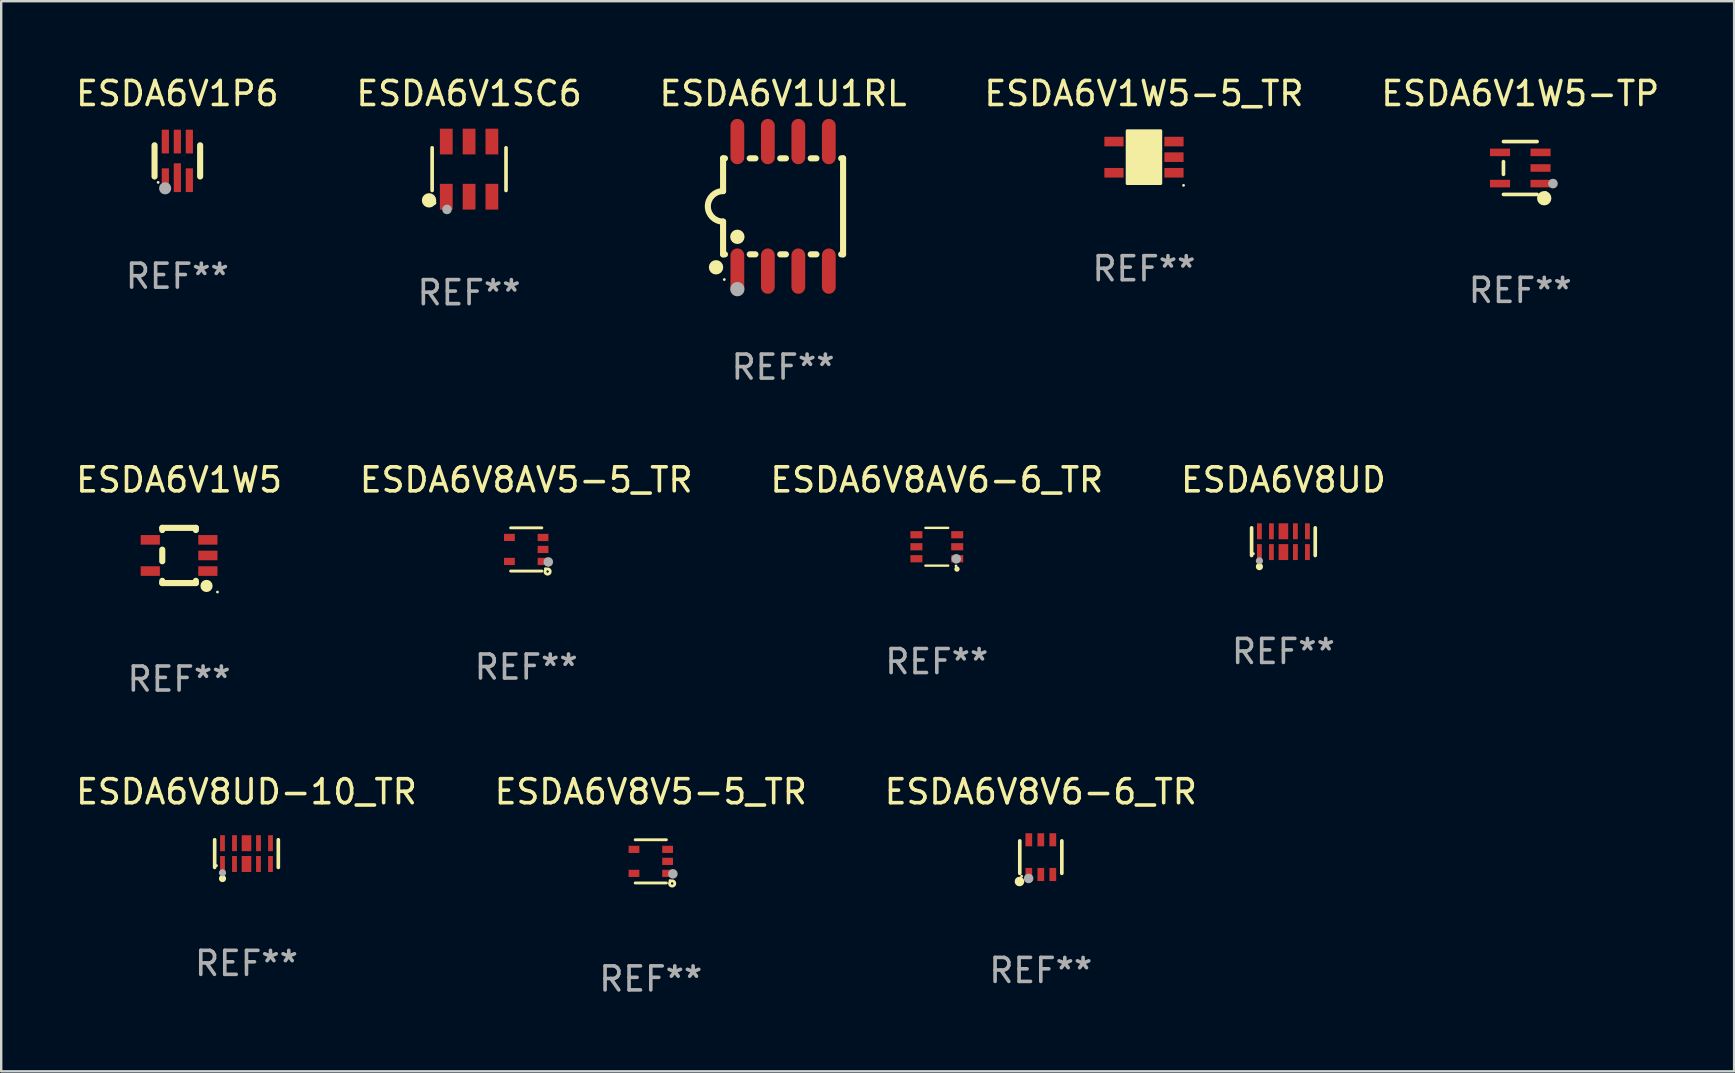
<source format=kicad_pcb>
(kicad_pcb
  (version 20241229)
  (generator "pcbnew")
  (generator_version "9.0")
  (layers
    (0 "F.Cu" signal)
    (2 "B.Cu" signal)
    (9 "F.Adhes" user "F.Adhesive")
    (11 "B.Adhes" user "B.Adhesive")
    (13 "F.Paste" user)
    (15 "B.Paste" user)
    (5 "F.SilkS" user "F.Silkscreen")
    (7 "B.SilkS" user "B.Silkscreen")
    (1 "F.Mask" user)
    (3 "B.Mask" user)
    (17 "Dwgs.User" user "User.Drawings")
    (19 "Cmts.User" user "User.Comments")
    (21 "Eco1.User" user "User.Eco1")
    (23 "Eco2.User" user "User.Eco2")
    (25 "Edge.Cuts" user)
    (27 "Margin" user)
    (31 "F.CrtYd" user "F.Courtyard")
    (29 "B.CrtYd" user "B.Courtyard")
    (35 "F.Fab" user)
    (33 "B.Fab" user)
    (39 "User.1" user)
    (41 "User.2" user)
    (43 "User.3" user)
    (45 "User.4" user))
  (footprint "ESDA6V8AV6-6_TR"
    (layer "F.Cu")
    (at 35.982 19.73)
    (property "Reference" "ESDA6V8AV6-6_TR" (at 0 -2.787 0) (layer "F.SilkS") (effects (font (size 1 1) (thickness 0.15))))
    (attr through_hole)
    (fp_line (start -0.475 -0.787) (end 0.475 -0.787) (stroke (width 0.1) (type solid)) (layer "F.SilkS"))
    (fp_line (start -0.475 0.787) (end 0.475 0.787) (stroke (width 0.1) (type solid)) (layer "F.SilkS"))
    (fp_circle (center 0.799 0.8) (end 0.829 0.8) (stroke (width 0.06) (type solid)) (fill no) (layer "F.SilkS"))
    (fp_circle (center 0.84 0.93) (end 0.9 0.93) (stroke (width 0.102) (type solid)) (fill no) (layer "F.SilkS"))
    (fp_circle (center 0.81 0.503) (end 0.91 0.503) (stroke (width 0.2) (type solid)) (fill no) (layer "F.Fab"))
    (fp_text user "REF**" (at 0 4.787 0) (layer "F.Fab") (effects (font (size 1 1) (thickness 0.15))))
    (pad "1" smd rect (at 0.85 0.5 90) (size 0.3 0.5) (layers "F.Cu" "F.Mask" "F.Paste"))
    (pad "2" smd rect (at 0.85 0.000051 90) (size 0.3 0.5) (layers "F.Cu" "F.Mask" "F.Paste"))
    (pad "3" smd rect (at 0.85 -0.5 90) (size 0.3 0.5) (layers "F.Cu" "F.Mask" "F.Paste"))
    (pad "4" smd rect (at -0.85 -0.5 90) (size 0.3 0.5) (layers "F.Cu" "F.Mask" "F.Paste"))
    (pad "5" smd rect (at -0.85 0.000051 90) (size 0.3 0.5) (layers "F.Cu" "F.Mask" "F.Paste"))
    (pad "6" smd rect (at -0.85 0.5 90) (size 0.3 0.5) (layers "F.Cu" "F.Mask" "F.Paste")))
  (footprint "ESDA6V1W5-5_TR"
    (layer "F.Cu")
    (at 44.613 3.498)
    (property "Reference" "ESDA6V1W5-5_TR" (at 0 -2.65 0) (layer "F.SilkS") (effects (font (size 1 1) (thickness 0.15))))
    (attr through_hole)
    (fp_arc (start 0.381001 0.637541) (mid 0.380995 0.636271) (end 0.381001 0.635001) (stroke (width 0.24892) (type solid)) (layer "F.SilkS"))
    (fp_circle (center 1.65 1.175) (end 1.68 1.175) (stroke (width 0.06) (type solid)) (fill no) (layer "F.SilkS"))
    (fp_poly (pts (xy -0.7 -1.1) (xy 0.7 -1.1) (xy 0.7 1.1) (xy -0.7 1.1)) (stroke (width 0.12) (type solid)) (fill yes) (layer "F.SilkS"))
    (fp_text user "REF**" (at 0 4.65 0) (layer "F.Fab") (effects (font (size 1 1) (thickness 0.15))))
    (pad "1" smd rect (at 1.25 0.65 270) (size 0.4 0.8) (layers "F.Cu" "F.Mask" "F.Paste"))
    (pad "2" smd rect (at 1.25 0 270) (size 0.4 0.8) (layers "F.Cu" "F.Mask" "F.Paste"))
    (pad "3" smd rect (at 1.25 -0.65 270) (size 0.4 0.8) (layers "F.Cu" "F.Mask" "F.Paste"))
    (pad "4" smd rect (at -1.25 -0.65 270) (size 0.4 0.8) (layers "F.Cu" "F.Mask" "F.Paste"))
    (pad "5" smd rect (at -1.25 0.65 270) (size 0.4 0.8) (layers "F.Cu" "F.Mask" "F.Paste")))
  (footprint "ESDA6V8UD-10_TR"
    (layer "F.Cu")
    (at 7.22 32.515)
    (property "Reference" "ESDA6V8UD-10_TR" (at 0 -2.576 0) (layer "F.SilkS") (effects (font (size 1 1) (thickness 0.15))))
    (attr through_hole)
    (fp_line (start -1.326 0.576) (end -1.326 -0.576) (stroke (width 0.152) (type solid)) (layer "F.SilkS"))
    (fp_line (start 1.326 0.576) (end 1.326 -0.576) (stroke (width 0.152) (type solid)) (layer "F.SilkS"))
    (fp_circle (center -1.25 0.5) (end -1.22 0.5) (stroke (width 0.06) (type solid)) (fill no) (layer "F.SilkS"))
    (fp_circle (center -1 1.04) (end -0.925 1.04) (stroke (width 0.15) (type solid)) (fill no) (layer "F.SilkS"))
    (fp_circle (center -1 0.8) (end -0.925 0.8) (stroke (width 0.15) (type solid)) (fill no) (layer "F.Fab"))
    (fp_text user "REF**" (at 0 4.576 0) (layer "F.Fab") (effects (font (size 1 1) (thickness 0.15))))
    (pad "1" smd rect (at -1 0.433) (size 0.2 0.665) (layers "F.Cu" "F.Mask" "F.Paste"))
    (pad "2" smd rect (at -0.5 0.433) (size 0.2 0.665) (layers "F.Cu" "F.Mask" "F.Paste"))
    (pad "3" smd rect (at 0 0.433) (size 0.4 0.665) (layers "F.Cu" "F.Mask" "F.Paste"))
    (pad "4" smd rect (at 0.5 0.433) (size 0.2 0.665) (layers "F.Cu" "F.Mask" "F.Paste"))
    (pad "5" smd rect (at 1 0.433) (size 0.2 0.665) (layers "F.Cu" "F.Mask" "F.Paste"))
    (pad "6" smd rect (at 1 -0.433) (size 0.2 0.665) (layers "F.Cu" "F.Mask" "F.Paste"))
    (pad "7" smd rect (at 0.5 -0.433) (size 0.2 0.665) (layers "F.Cu" "F.Mask" "F.Paste"))
    (pad "8" smd rect (at 0 -0.433) (size 0.4 0.665) (layers "F.Cu" "F.Mask" "F.Paste"))
    (pad "9" smd rect (at -0.5 -0.433) (size 0.2 0.665) (layers "F.Cu" "F.Mask" "F.Paste"))
    (pad "10" smd rect (at -1 -0.433) (size 0.2 0.665) (layers "F.Cu" "F.Mask" "F.Paste")))
  (footprint "ESDA6V8V6-6_TR"
    (layer "F.Cu")
    (at 40.315 32.662)
    (property "Reference" "ESDA6V8V6-6_TR" (at 0 -2.723 0) (layer "F.SilkS") (effects (font (size 1 1) (thickness 0.15))))
    (attr through_hole)
    (fp_line (start -0.876 0.676) (end -0.876 -0.676) (stroke (width 0.152) (type solid)) (layer "F.SilkS"))
    (fp_line (start 0.876 0.676) (end 0.876 -0.676) (stroke (width 0.152) (type solid)) (layer "F.SilkS"))
    (fp_circle (center -0.889 1.016) (end -0.789 1.016) (stroke (width 0.2) (type solid)) (fill no) (layer "F.SilkS"))
    (fp_circle (center -0.8 0.795) (end -0.77 0.795) (stroke (width 0.06) (type solid)) (fill no) (layer "F.SilkS"))
    (fp_circle (center -0.508 0.889) (end -0.408 0.889) (stroke (width 0.2) (type solid)) (fill no) (layer "F.Fab"))
    (fp_text user "REF**" (at 0 4.723 0) (layer "F.Fab") (effects (font (size 1 1) (thickness 0.15))))
    (pad "1" smd rect (at -0.5 0.723) (size 0.28 0.545) (layers "F.Cu" "F.Mask" "F.Paste"))
    (pad "2" smd rect (at 0 0.723) (size 0.28 0.545) (layers "F.Cu" "F.Mask" "F.Paste"))
    (pad "3" smd rect (at 0.5 0.723) (size 0.28 0.545) (layers "F.Cu" "F.Mask" "F.Paste"))
    (pad "4" smd rect (at 0.5 -0.723) (size 0.28 0.545) (layers "F.Cu" "F.Mask" "F.Paste"))
    (pad "5" smd rect (at 0 -0.723) (size 0.28 0.545) (layers "F.Cu" "F.Mask" "F.Paste"))
    (pad "6" smd rect (at -0.5 -0.723) (size 0.28 0.545) (layers "F.Cu" "F.Mask" "F.Paste")))
  (footprint "ESDA6V1W5"
    (layer "F.Cu")
    (at 4.411 20.093)
    (property "Reference" "ESDA6V1W5" (at 0 -3.15 0) (layer "F.SilkS") (effects (font (size 1 1) (thickness 0.15))))
    (attr through_hole)
    (fp_line (start -0.7 -1.15) (end 0.7 -1.15) (stroke (width 0.254) (type solid)) (layer "F.SilkS"))
    (fp_line (start -0.7 -1.058) (end -0.7 -1.15) (stroke (width 0.254) (type solid)) (layer "F.SilkS"))
    (fp_line (start -0.7 0.242) (end -0.7 -0.242) (stroke (width 0.254) (type solid)) (layer "F.SilkS"))
    (fp_line (start -0.7 1.15) (end -0.7 1.058) (stroke (width 0.254) (type solid)) (layer "F.SilkS"))
    (fp_line (start -0.7 1.15) (end 0.7 1.15) (stroke (width 0.254) (type solid)) (layer "F.SilkS"))
    (fp_line (start 0.7 -1.058) (end 0.7 -1.15) (stroke (width 0.254) (type solid)) (layer "F.SilkS"))
    (fp_line (start 0.7 1.15) (end 0.7 1.058) (stroke (width 0.254) (type solid)) (layer "F.SilkS"))
    (fp_circle (center 1.143 1.27) (end 1.27 1.27) (stroke (width 0.254) (type solid)) (fill no) (layer "F.SilkS"))
    (fp_circle (center 1.6 1.524) (end 1.63 1.524) (stroke (width 0.06) (type solid)) (fill no) (layer "F.SilkS"))
    (fp_text user "REF**" (at 0 5.15 0) (layer "F.Fab") (effects (font (size 1 1) (thickness 0.15))))
    (pad "1" smd rect (at 1.2 0.65 90) (size 0.4 0.8) (layers "F.Cu" "F.Mask" "F.Paste"))
    (pad "2" smd rect (at 1.2 0.000025 90) (size 0.4 0.8) (layers "F.Cu" "F.Mask" "F.Paste"))
    (pad "3" smd rect (at 1.2 -0.65 90) (size 0.4 0.8) (layers "F.Cu" "F.Mask" "F.Paste"))
    (pad "4" smd rect (at -1.2 -0.65 90) (size 0.4 0.8) (layers "F.Cu" "F.Mask" "F.Paste"))
    (pad "5" smd rect (at -1.2 0.65 90) (size 0.4 0.8) (layers "F.Cu" "F.Mask" "F.Paste")))
  (footprint "ESDA6V1U1RL"
    (layer "F.Cu")
    (at 29.577 5.547)
    (property "Reference" "ESDA6V1U1RL" (at 0 -4.699 0) (layer "F.SilkS") (effects (font (size 1 1) (thickness 0.15))))
    (attr through_hole)
    (fp_line (start -2.5 -2) (end -2.5 -0.635) (stroke (width 0.254) (type solid)) (layer "F.SilkS"))
    (fp_line (start -2.5 -2) (end -2.421 -2) (stroke (width 0.254) (type solid)) (layer "F.SilkS"))
    (fp_line (start -2.5 2) (end -2.5 0.635) (stroke (width 0.254) (type solid)) (layer "F.SilkS"))
    (fp_line (start -2.5 2) (end -2.421 2) (stroke (width 0.254) (type solid)) (layer "F.SilkS"))
    (fp_line (start -1.389 -2) (end -1.151 -2) (stroke (width 0.254) (type solid)) (layer "F.SilkS"))
    (fp_line (start -1.389 2) (end -1.151 2) (stroke (width 0.254) (type solid)) (layer "F.SilkS"))
    (fp_line (start -0.119 -2) (end 0.119 -2) (stroke (width 0.254) (type solid)) (layer "F.SilkS"))
    (fp_line (start -0.119 2) (end 0.119 2) (stroke (width 0.254) (type solid)) (layer "F.SilkS"))
    (fp_line (start 1.151 -2) (end 1.389 -2) (stroke (width 0.254) (type solid)) (layer "F.SilkS"))
    (fp_line (start 1.151 2) (end 1.389 2) (stroke (width 0.254) (type solid)) (layer "F.SilkS"))
    (fp_line (start 2.421 -2) (end 2.5 -2) (stroke (width 0.254) (type solid)) (layer "F.SilkS"))
    (fp_line (start 2.421 2) (end 2.5 2) (stroke (width 0.254) (type solid)) (layer "F.SilkS"))
    (fp_line (start 2.5 -2) (end 2.5 2) (stroke (width 0.254) (type solid)) (layer "F.SilkS"))
    (fp_arc (start -2.5 0.635001) (mid -3.134366 -0.000318) (end -2.499365 -0.635001) (stroke (width 0.254001) (type solid)) (layer "F.SilkS"))
    (fp_circle (center -2.794 2.54) (end -2.644 2.54) (stroke (width 0.3) (type solid)) (fill no) (layer "F.SilkS"))
    (fp_circle (center -2.45 3.05) (end -2.42 3.05) (stroke (width 0.06) (type solid)) (fill no) (layer "F.SilkS"))
    (fp_circle (center -1.905 1.27) (end -1.755 1.27) (stroke (width 0.3) (type solid)) (fill no) (layer "F.SilkS"))
    (fp_circle (center -1.905 3.45) (end -1.755 3.45) (stroke (width 0.3) (type solid)) (fill no) (layer "F.Fab"))
    (fp_text user "REF**" (at 0 6.699 0) (layer "F.Fab") (effects (font (size 1 1) (thickness 0.15))))
    (pad "1" smd oval (at -1.905 2.699) (size 0.574 1.888) (layers "F.Cu" "F.Mask" "F.Paste"))
    (pad "2" smd oval (at -0.635 2.699) (size 0.574 1.888) (layers "F.Cu" "F.Mask" "F.Paste"))
    (pad "3" smd oval (at 0.635 2.699) (size 0.574 1.888) (layers "F.Cu" "F.Mask" "F.Paste"))
    (pad "4" smd oval (at 1.905 2.699) (size 0.574 1.888) (layers "F.Cu" "F.Mask" "F.Paste"))
    (pad "5" smd oval (at 1.905 -2.699) (size 0.574 1.888) (layers "F.Cu" "F.Mask" "F.Paste"))
    (pad "6" smd oval (at 0.635 -2.699) (size 0.574 1.888) (layers "F.Cu" "F.Mask" "F.Paste"))
    (pad "7" smd oval (at -0.635 -2.699) (size 0.574 1.888) (layers "F.Cu" "F.Mask" "F.Paste"))
    (pad "8" smd oval (at -1.905 -2.699) (size 0.574 1.888) (layers "F.Cu" "F.Mask" "F.Paste")))
  (footprint "ESDA6V1P6"
    (layer "F.Cu")
    (at 4.339 3.653)
    (property "Reference" "ESDA6V1P6" (at 0 -2.805 0) (layer "F.SilkS") (effects (font (size 1 1) (thickness 0.15))))
    (attr through_hole)
    (fp_line (start -0.95 0.65) (end -0.95 -0.65) (stroke (width 0.254) (type solid)) (layer "F.SilkS"))
    (fp_line (start 0.95 0.65) (end 0.95 -0.65) (stroke (width 0.254) (type solid)) (layer "F.SilkS"))
    (fp_circle (center -0.8 0.896) (end -0.77 0.896) (stroke (width 0.06) (type solid)) (fill no) (layer "F.SilkS"))
    (fp_circle (center -0.508 1.143) (end -0.381 1.143) (stroke (width 0.254) (type solid)) (fill no) (layer "F.Fab"))
    (fp_text user "REF**" (at 0 4.805 0) (layer "F.Fab") (effects (font (size 1 1) (thickness 0.15))))
    (pad "1" smd rect (at -0.5 0.805) (size 0.3 0.99) (layers "F.Cu" "F.Mask" "F.Paste"))
    (pad "2" smd rect (at 0.000127 0.7) (size 0.3 1.2) (layers "F.Cu" "F.Mask" "F.Paste"))
    (pad "3" smd rect (at 0.5 0.805) (size 0.3 0.99) (layers "F.Cu" "F.Mask" "F.Paste"))
    (pad "4" smd rect (at 0.5 -0.805) (size 0.3 0.99) (layers "F.Cu" "F.Mask" "F.Paste"))
    (pad "5" smd rect (at 0.000127 -0.805) (size 0.3 0.99) (layers "F.Cu" "F.Mask" "F.Paste"))
    (pad "6" smd rect (at -0.5 -0.805) (size 0.3 0.99) (layers "F.Cu" "F.Mask" "F.Paste")))
  (footprint "ESDA6V1W5-TP"
    (layer "F.Cu")
    (at 60.292 3.949)
    (property "Reference" "ESDA6V1W5-TP" (at 0 -3.101 0) (layer "F.SilkS") (effects (font (size 1 1) (thickness 0.15))))
    (attr through_hole)
    (fp_line (start -0.701 -0.264) (end -0.701 0.264) (stroke (width 0.152) (type solid)) (layer "F.SilkS"))
    (fp_line (start 0.701 -1.101) (end -0.701 -1.101) (stroke (width 0.152) (type solid)) (layer "F.SilkS"))
    (fp_line (start 0.701 1.101) (end -0.701 1.101) (stroke (width 0.152) (type solid)) (layer "F.SilkS"))
    (fp_circle (center 0.997 1.26) (end 1.147 1.26) (stroke (width 0.3) (type solid)) (fill no) (layer "F.SilkS"))
    (fp_circle (center 1.063 1.025) (end 1.093 1.025) (stroke (width 0.06) (type solid)) (fill no) (layer "F.SilkS"))
    (fp_circle (center 1.362 0.65) (end 1.463 0.65) (stroke (width 0.2) (type solid)) (fill no) (layer "F.Fab"))
    (fp_text user "REF**" (at 0 5.101 0) (layer "F.Fab") (effects (font (size 1 1) (thickness 0.15))))
    (pad "1" smd rect (at 0.844 0.65) (size 0.839 0.315) (layers "F.Cu" "F.Mask" "F.Paste"))
    (pad "2" smd rect (at 0.844 0) (size 0.839 0.315) (layers "F.Cu" "F.Mask" "F.Paste"))
    (pad "3" smd rect (at 0.844 -0.65) (size 0.839 0.315) (layers "F.Cu" "F.Mask" "F.Paste"))
    (pad "4" smd rect (at -0.844 -0.65) (size 0.839 0.315) (layers "F.Cu" "F.Mask" "F.Paste"))
    (pad "5" smd rect (at -0.844 0.65) (size 0.839 0.315) (layers "F.Cu" "F.Mask" "F.Paste")))
  (footprint "ESDA6V1SC6"
    (layer "F.Cu")
    (at 16.494 3.997)
    (property "Reference" "ESDA6V1SC6" (at 0 -3.149 0) (layer "F.SilkS") (effects (font (size 1 1) (thickness 0.15))))
    (attr through_hole)
    (fp_line (start -1.539 0.889) (end -1.539 -0.889) (stroke (width 0.152) (type solid)) (layer "F.SilkS"))
    (fp_line (start 1.539 0.889) (end 1.539 -0.889) (stroke (width 0.152) (type solid)) (layer "F.SilkS"))
    (fp_circle (center -1.668 1.301) (end -1.518 1.301) (stroke (width 0.3) (type solid)) (fill no) (layer "F.SilkS"))
    (fp_circle (center -1.463 1.4) (end -1.413 1.4) (stroke (width 0.1) (type solid)) (fill no) (layer "F.SilkS"))
    (fp_circle (center -0.92 1.68) (end -0.82 1.68) (stroke (width 0.2) (type solid)) (fill no) (layer "F.Fab"))
    (fp_text user "REF**" (at 0 5.149 0) (layer "F.Fab") (effects (font (size 1 1) (thickness 0.15))))
    (pad "1" smd rect (at -0.95 1.149) (size 0.532 1.072) (layers "F.Cu" "F.Mask" "F.Paste"))
    (pad "2" smd rect (at 0 1.149) (size 0.532 1.072) (layers "F.Cu" "F.Mask" "F.Paste"))
    (pad "3" smd rect (at 0.95 1.149) (size 0.532 1.072) (layers "F.Cu" "F.Mask" "F.Paste"))
    (pad "4" smd rect (at 0.95 -1.149) (size 0.532 1.072) (layers "F.Cu" "F.Mask" "F.Paste"))
    (pad "5" smd rect (at 0 -1.149) (size 0.532 1.072) (layers "F.Cu" "F.Mask" "F.Paste"))
    (pad "6" smd rect (at -0.95 -1.149) (size 0.532 1.072) (layers "F.Cu" "F.Mask" "F.Paste")))
  (footprint "ESDA6V8UD"
    (layer "F.Cu")
    (at 50.423 19.519)
    (property "Reference" "ESDA6V8UD" (at 0 -2.576 0) (layer "F.SilkS") (effects (font (size 1 1) (thickness 0.15))))
    (attr through_hole)
    (fp_line (start -1.326 0.576) (end -1.326 -0.576) (stroke (width 0.152) (type solid)) (layer "F.SilkS"))
    (fp_line (start 1.326 0.576) (end 1.326 -0.576) (stroke (width 0.152) (type solid)) (layer "F.SilkS"))
    (fp_circle (center -1.25 0.5) (end -1.22 0.5) (stroke (width 0.06) (type solid)) (fill no) (layer "F.SilkS"))
    (fp_circle (center -1 1.04) (end -0.925 1.04) (stroke (width 0.15) (type solid)) (fill no) (layer "F.SilkS"))
    (fp_circle (center -1 0.8) (end -0.925 0.8) (stroke (width 0.15) (type solid)) (fill no) (layer "F.Fab"))
    (fp_text user "REF**" (at 0 4.576 0) (layer "F.Fab") (effects (font (size 1 1) (thickness 0.15))))
    (pad "1" smd rect (at -1 0.433) (size 0.2 0.665) (layers "F.Cu" "F.Mask" "F.Paste"))
    (pad "2" smd rect (at -0.5 0.433) (size 0.2 0.665) (layers "F.Cu" "F.Mask" "F.Paste"))
    (pad "3" smd rect (at 0 0.433) (size 0.4 0.665) (layers "F.Cu" "F.Mask" "F.Paste"))
    (pad "4" smd rect (at 0.5 0.433) (size 0.2 0.665) (layers "F.Cu" "F.Mask" "F.Paste"))
    (pad "5" smd rect (at 1 0.433) (size 0.2 0.665) (layers "F.Cu" "F.Mask" "F.Paste"))
    (pad "6" smd rect (at 1 -0.433) (size 0.2 0.665) (layers "F.Cu" "F.Mask" "F.Paste"))
    (pad "7" smd rect (at 0.5 -0.433) (size 0.2 0.665) (layers "F.Cu" "F.Mask" "F.Paste"))
    (pad "8" smd rect (at 0 -0.433) (size 0.4 0.665) (layers "F.Cu" "F.Mask" "F.Paste"))
    (pad "9" smd rect (at -0.5 -0.433) (size 0.2 0.665) (layers "F.Cu" "F.Mask" "F.Paste"))
    (pad "10" smd rect (at -1 -0.433) (size 0.2 0.665) (layers "F.Cu" "F.Mask" "F.Paste")))
  (footprint "ESDA6V8AV5-5_TR"
    (layer "F.Cu")
    (at 18.875 19.843)
    (property "Reference" "ESDA6V8AV5-5_TR" (at 0 -2.9 0) (layer "F.SilkS") (effects (font (size 1 1) (thickness 0.15))))
    (attr through_hole)
    (fp_line (start -0.65 -0.9) (end 0.65 -0.9) (stroke (width 0.12) (type solid)) (layer "F.SilkS"))
    (fp_line (start -0.65 0.9) (end 0.65 0.9) (stroke (width 0.12) (type solid)) (layer "F.SilkS"))
    (fp_circle (center 0.8 0.8) (end 0.83 0.8) (stroke (width 0.06) (type solid)) (fill no) (layer "F.SilkS"))
    (fp_circle (center 0.89 0.92) (end 0.94 0.92) (stroke (width 0.12) (type solid)) (fill no) (layer "F.SilkS"))
    (fp_circle (center 0.92 0.52) (end 1.02 0.52) (stroke (width 0.2) (type solid)) (fill no) (layer "F.Fab"))
    (fp_text user "REF**" (at 0 4.9 0) (layer "F.Fab") (effects (font (size 1 1) (thickness 0.15))))
    (pad "1" smd rect (at 0.7 0.5) (size 0.45 0.3) (layers "F.Cu" "F.Mask" "F.Paste"))
    (pad "2" smd rect (at 0.7 -0.000356) (size 0.45 0.3) (layers "F.Cu" "F.Mask" "F.Paste"))
    (pad "3" smd rect (at 0.7 -0.5) (size 0.45 0.3) (layers "F.Cu" "F.Mask" "F.Paste"))
    (pad "4" smd rect (at -0.7 -0.5) (size 0.45 0.3) (layers "F.Cu" "F.Mask" "F.Paste"))
    (pad "5" smd rect (at -0.7 0.5) (size 0.45 0.3) (layers "F.Cu" "F.Mask" "F.Paste")))
  (footprint "ESDA6V8V5-5_TR"
    (layer "F.Cu")
    (at 24.065 32.839)
    (property "Reference" "ESDA6V8V5-5_TR" (at 0 -2.9 0) (layer "F.SilkS") (effects (font (size 1 1) (thickness 0.15))))
    (attr through_hole)
    (fp_line (start -0.65 -0.9) (end 0.65 -0.9) (stroke (width 0.12) (type solid)) (layer "F.SilkS"))
    (fp_line (start -0.65 0.9) (end 0.65 0.9) (stroke (width 0.12) (type solid)) (layer "F.SilkS"))
    (fp_circle (center 0.8 0.8) (end 0.83 0.8) (stroke (width 0.06) (type solid)) (fill no) (layer "F.SilkS"))
    (fp_circle (center 0.89 0.92) (end 0.94 0.92) (stroke (width 0.12) (type solid)) (fill no) (layer "F.SilkS"))
    (fp_circle (center 0.92 0.52) (end 1.02 0.52) (stroke (width 0.2) (type solid)) (fill no) (layer "F.Fab"))
    (fp_text user "REF**" (at 0 4.9 0) (layer "F.Fab") (effects (font (size 1 1) (thickness 0.15))))
    (pad "1" smd rect (at 0.7 0.5) (size 0.45 0.3) (layers "F.Cu" "F.Mask" "F.Paste"))
    (pad "2" smd rect (at 0.7 -0.000356) (size 0.45 0.3) (layers "F.Cu" "F.Mask" "F.Paste"))
    (pad "3" smd rect (at 0.7 -0.5) (size 0.45 0.3) (layers "F.Cu" "F.Mask" "F.Paste"))
    (pad "4" smd rect (at -0.7 -0.5) (size 0.45 0.3) (layers "F.Cu" "F.Mask" "F.Paste"))
    (pad "5" smd rect (at -0.7 0.5) (size 0.45 0.3) (layers "F.Cu" "F.Mask" "F.Paste")))
  (gr_rect
    (start -3 -3)
    (end 69.202 41.587)
    (stroke (width 0.1) (type default))
    (fill no)
    (layer "Edge.Cuts")))
</source>
